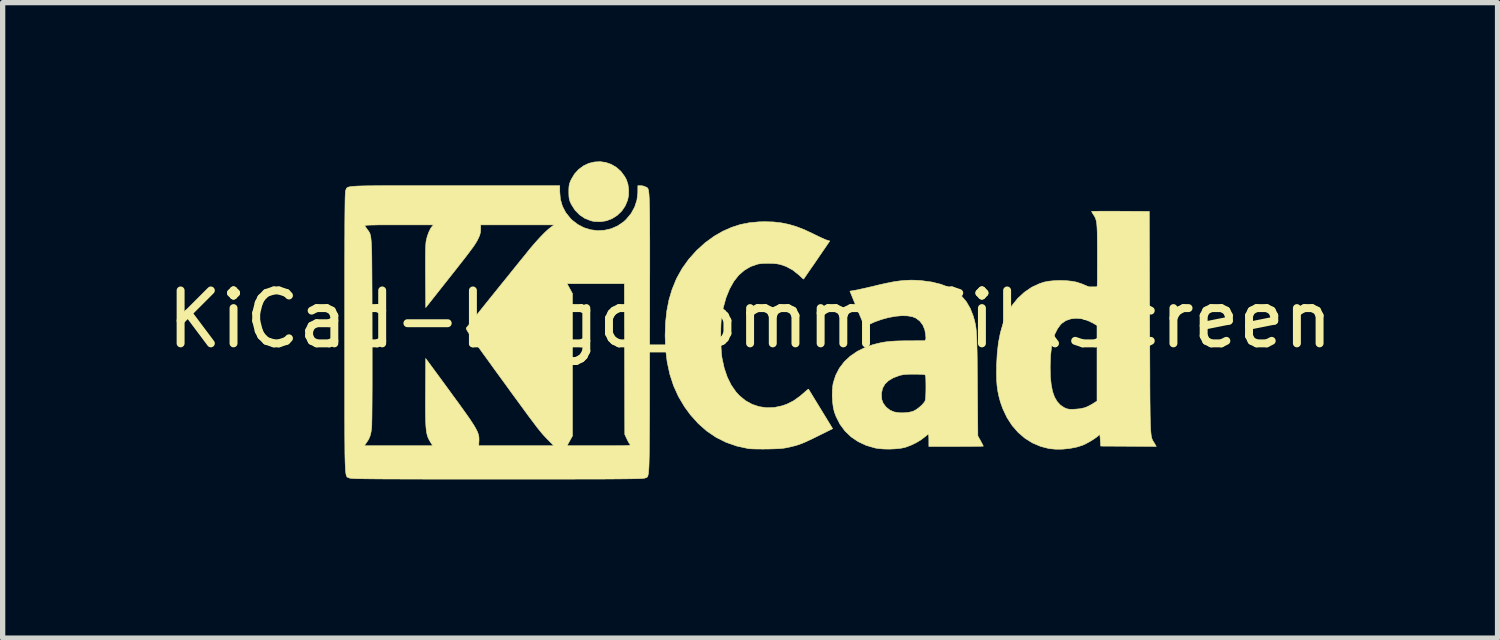
<source format=kicad_pcb>
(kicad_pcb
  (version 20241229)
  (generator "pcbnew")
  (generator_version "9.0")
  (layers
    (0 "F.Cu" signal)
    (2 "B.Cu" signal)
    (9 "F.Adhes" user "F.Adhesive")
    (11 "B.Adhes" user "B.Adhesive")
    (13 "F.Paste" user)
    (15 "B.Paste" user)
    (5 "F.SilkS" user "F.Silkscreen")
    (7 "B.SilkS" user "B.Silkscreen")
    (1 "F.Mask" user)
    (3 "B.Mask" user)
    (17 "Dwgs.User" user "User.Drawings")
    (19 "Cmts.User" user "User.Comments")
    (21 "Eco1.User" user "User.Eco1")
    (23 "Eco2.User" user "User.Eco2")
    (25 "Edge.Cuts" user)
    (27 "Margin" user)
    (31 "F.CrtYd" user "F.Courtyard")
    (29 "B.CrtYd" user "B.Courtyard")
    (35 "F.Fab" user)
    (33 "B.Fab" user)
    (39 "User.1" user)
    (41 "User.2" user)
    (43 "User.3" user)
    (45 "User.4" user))
  (footprint "KiCad-Logo_6mm_SilkScreen"
    (layer "F.Cu")
    (at 11.125 2.984)
    (property "Reference" "KiCad-Logo_6mm_SilkScreen" (at 0 0 0) (layer "F.SilkS") (effects (font (size 1 1) (thickness 0.15))))
    (attr exclude_from_pos_files exclude_from_bom)
    (fp_poly (pts (xy -2.726 -2.964) (xy -2.623 -2.928) (xy -2.527 -2.871) (xy -2.441 -2.795) (xy -2.369 -2.697) (xy -2.336 -2.636) (xy -2.308 -2.55) (xy -2.295 -2.451) (xy -2.296 -2.35) (xy -2.313 -2.257) (xy -2.359 -2.145) (xy -2.425 -2.047) (xy -2.509 -1.966) (xy -2.606 -1.904) (xy -2.714 -1.862) (xy -2.829 -1.844) (xy -2.948 -1.849) (xy -3.007 -1.862) (xy -3.121 -1.906) (xy -3.222 -1.974) (xy -3.309 -2.063) (xy -3.377 -2.171) (xy -3.383 -2.183) (xy -3.403 -2.227) (xy -3.415 -2.265) (xy -3.422 -2.304) (xy -3.425 -2.355) (xy -3.426 -2.41) (xy -3.425 -2.476) (xy -3.421 -2.523) (xy -3.413 -2.562) (xy -3.399 -2.6) (xy -3.382 -2.639) (xy -3.318 -2.747) (xy -3.238 -2.834) (xy -3.147 -2.901) (xy -3.047 -2.948) (xy -2.941 -2.973) (xy -2.833 -2.979) (xy -2.726 -2.964)) (stroke (width 0.01) (type solid)) (fill yes) (layer "F.SilkS"))
    (fp_poly (pts (xy 0.44 -1.84) (xy 0.588 -1.823) (xy 0.731 -1.794) (xy 0.876 -1.751) (xy 1.028 -1.692) (xy 1.192 -1.615) (xy 1.222 -1.6) (xy 1.29 -1.567) (xy 1.354 -1.537) (xy 1.408 -1.513) (xy 1.446 -1.498) (xy 1.451 -1.496) (xy 1.506 -1.48) (xy 1.26 -1.121) (xy 1.2 -1.033) (xy 1.144 -0.953) (xy 1.096 -0.883) (xy 1.057 -0.826) (xy 1.029 -0.785) (xy 1.013 -0.763) (xy 1.011 -0.759) (xy 1 -0.767) (xy 0.975 -0.789) (xy 0.939 -0.823) (xy 0.919 -0.841) (xy 0.806 -0.931) (xy 0.679 -0.999) (xy 0.57 -1.037) (xy 0.504 -1.049) (xy 0.422 -1.056) (xy 0.333 -1.058) (xy 0.247 -1.056) (xy 0.173 -1.048) (xy 0.144 -1.043) (xy 0.011 -0.997) (xy -0.108 -0.927) (xy -0.215 -0.834) (xy -0.308 -0.716) (xy -0.387 -0.575) (xy -0.454 -0.411) (xy -0.506 -0.223) (xy -0.537 -0.062) (xy -0.546 0.009) (xy -0.551 0.101) (xy -0.554 0.207) (xy -0.555 0.32) (xy -0.553 0.435) (xy -0.548 0.544) (xy -0.542 0.64) (xy -0.533 0.718) (xy -0.531 0.73) (xy -0.489 0.923) (xy -0.431 1.094) (xy -0.357 1.243) (xy -0.267 1.372) (xy -0.203 1.442) (xy -0.089 1.536) (xy 0.037 1.606) (xy 0.172 1.651) (xy 0.313 1.671) (xy 0.459 1.666) (xy 0.608 1.634) (xy 0.696 1.603) (xy 0.818 1.542) (xy 0.943 1.453) (xy 1.013 1.393) (xy 1.053 1.358) (xy 1.084 1.332) (xy 1.101 1.32) (xy 1.104 1.32) (xy 1.112 1.332) (xy 1.132 1.366) (xy 1.163 1.416) (xy 1.203 1.482) (xy 1.251 1.56) (xy 1.304 1.647) (xy 1.334 1.696) (xy 1.56 2.067) (xy 1.278 2.207) (xy 1.176 2.257) (xy 1.093 2.296) (xy 1.025 2.327) (xy 0.966 2.351) (xy 0.911 2.371) (xy 0.855 2.388) (xy 0.794 2.403) (xy 0.735 2.417) (xy 0.682 2.428) (xy 0.627 2.437) (xy 0.565 2.443) (xy 0.488 2.447) (xy 0.394 2.45) (xy 0.33 2.451) (xy 0.238 2.452) (xy 0.151 2.451) (xy 0.073 2.45) (xy 0.01 2.447) (xy -0.032 2.444) (xy -0.034 2.443) (xy -0.25 2.396) (xy -0.452 2.326) (xy -0.642 2.231) (xy -0.818 2.112) (xy -0.98 1.969) (xy -1.129 1.803) (xy -1.238 1.654) (xy -1.353 1.461) (xy -1.446 1.256) (xy -1.517 1.038) (xy -1.567 0.807) (xy -1.597 0.56) (xy -1.606 0.309) (xy -1.598 0.066) (xy -1.574 -0.158) (xy -1.533 -0.368) (xy -1.474 -0.565) (xy -1.396 -0.756) (xy -1.387 -0.776) (xy -1.284 -0.96) (xy -1.159 -1.135) (xy -1.013 -1.298) (xy -0.851 -1.445) (xy -0.676 -1.572) (xy -0.514 -1.665) (xy -0.349 -1.738) (xy -0.185 -1.791) (xy -0.013 -1.825) (xy 0.171 -1.842) (xy 0.281 -1.844) (xy 0.44 -1.84)) (stroke (width 0.01) (type solid)) (fill yes) (layer "F.SilkS"))
    (fp_poly (pts (xy 6.842 -2.043) (xy 6.959 -2.043) (xy 6.999 -2.042) (xy 7.544 -2.039) (xy 7.551 0.055) (xy 7.552 0.339) (xy 7.553 0.597) (xy 7.554 0.83) (xy 7.555 1.039) (xy 7.555 1.227) (xy 7.556 1.393) (xy 7.557 1.54) (xy 7.559 1.669) (xy 7.56 1.782) (xy 7.562 1.879) (xy 7.564 1.961) (xy 7.567 2.031) (xy 7.57 2.09) (xy 7.574 2.138) (xy 7.578 2.177) (xy 7.582 2.209) (xy 7.588 2.235) (xy 7.594 2.257) (xy 7.601 2.274) (xy 7.609 2.29) (xy 7.618 2.305) (xy 7.627 2.32) (xy 7.638 2.337) (xy 7.64 2.341) (xy 7.676 2.403) (xy 7.15 2.399) (xy 6.625 2.396) (xy 6.618 2.28) (xy 6.614 2.225) (xy 6.61 2.193) (xy 6.605 2.18) (xy 6.597 2.183) (xy 6.59 2.19) (xy 6.561 2.217) (xy 6.514 2.251) (xy 6.456 2.289) (xy 6.392 2.326) (xy 6.33 2.359) (xy 6.283 2.38) (xy 6.171 2.415) (xy 6.044 2.44) (xy 5.909 2.454) (xy 5.777 2.455) (xy 5.656 2.444) (xy 5.654 2.444) (xy 5.49 2.402) (xy 5.335 2.336) (xy 5.193 2.247) (xy 5.065 2.137) (xy 4.951 2.006) (xy 4.854 1.856) (xy 4.775 1.689) (xy 4.731 1.565) (xy 4.703 1.462) (xy 4.682 1.361) (xy 4.667 1.258) (xy 4.659 1.146) (xy 4.656 1.019) (xy 4.658 0.915) (xy 5.671 0.915) (xy 5.675 1.089) (xy 5.691 1.239) (xy 5.716 1.366) (xy 5.754 1.471) (xy 5.803 1.555) (xy 5.864 1.621) (xy 5.934 1.668) (xy 5.971 1.685) (xy 6.003 1.695) (xy 6.038 1.7) (xy 6.086 1.701) (xy 6.137 1.699) (xy 6.238 1.69) (xy 6.318 1.672) (xy 6.343 1.664) (xy 6.4 1.638) (xy 6.461 1.605) (xy 6.487 1.589) (xy 6.556 1.544) (xy 6.556 0.117) (xy 6.48 0.072) (xy 6.375 0.021) (xy 6.268 -0.01) (xy 6.162 -0.019) (xy 6.061 -0.008) (xy 5.97 0.023) (xy 5.893 0.075) (xy 5.868 0.099) (xy 5.808 0.181) (xy 5.759 0.279) (xy 5.721 0.396) (xy 5.695 0.533) (xy 5.678 0.692) (xy 5.671 0.876) (xy 5.671 0.915) (xy 4.658 0.915) (xy 4.658 0.872) (xy 4.67 0.646) (xy 4.693 0.442) (xy 4.729 0.258) (xy 4.777 0.089) (xy 4.839 -0.066) (xy 4.861 -0.112) (xy 4.95 -0.262) (xy 5.058 -0.396) (xy 5.182 -0.51) (xy 5.319 -0.604) (xy 5.468 -0.674) (xy 5.557 -0.703) (xy 5.644 -0.72) (xy 5.749 -0.73) (xy 5.863 -0.734) (xy 5.977 -0.73) (xy 6.083 -0.719) (xy 6.167 -0.703) (xy 6.268 -0.67) (xy 6.366 -0.628) (xy 6.451 -0.58) (xy 6.497 -0.548) (xy 6.528 -0.525) (xy 6.55 -0.51) (xy 6.555 -0.508) (xy 6.557 -0.521) (xy 6.558 -0.559) (xy 6.559 -0.619) (xy 6.561 -0.699) (xy 6.562 -0.795) (xy 6.562 -0.906) (xy 6.563 -1.027) (xy 6.563 -1.151) (xy 6.563 -1.31) (xy 6.562 -1.444) (xy 6.561 -1.555) (xy 6.56 -1.647) (xy 6.557 -1.721) (xy 6.553 -1.781) (xy 6.548 -1.829) (xy 6.54 -1.867) (xy 6.531 -1.898) (xy 6.52 -1.925) (xy 6.507 -1.949) (xy 6.49 -1.975) (xy 6.488 -1.978) (xy 6.467 -2.011) (xy 6.455 -2.034) (xy 6.453 -2.039) (xy 6.466 -2.04) (xy 6.504 -2.041) (xy 6.563 -2.042) (xy 6.642 -2.043) (xy 6.735 -2.043) (xy 6.842 -2.043)) (stroke (width 0.01) (type solid)) (fill yes) (layer "F.SilkS"))
    (fp_poly (pts (xy 3.168 -0.736) (xy 3.236 -0.731) (xy 3.43 -0.705) (xy 3.603 -0.663) (xy 3.753 -0.606) (xy 3.884 -0.532) (xy 3.994 -0.441) (xy 4.086 -0.333) (xy 4.16 -0.206) (xy 4.214 -0.069) (xy 4.227 -0.025) (xy 4.239 0.016) (xy 4.249 0.057) (xy 4.258 0.099) (xy 4.266 0.145) (xy 4.272 0.196) (xy 4.277 0.257) (xy 4.281 0.327) (xy 4.285 0.411) (xy 4.287 0.509) (xy 4.29 0.624) (xy 4.292 0.759) (xy 4.293 0.915) (xy 4.295 1.095) (xy 4.296 1.236) (xy 4.304 2.204) (xy 4.356 2.297) (xy 4.38 2.342) (xy 4.398 2.377) (xy 4.407 2.395) (xy 4.407 2.396) (xy 4.394 2.398) (xy 4.356 2.399) (xy 4.297 2.4) (xy 4.22 2.401) (xy 4.127 2.402) (xy 4.021 2.402) (xy 3.906 2.403) (xy 3.892 2.403) (xy 3.378 2.403) (xy 3.378 2.286) (xy 3.377 2.233) (xy 3.374 2.193) (xy 3.371 2.171) (xy 3.369 2.169) (xy 3.356 2.178) (xy 3.328 2.2) (xy 3.291 2.231) (xy 3.29 2.231) (xy 3.224 2.281) (xy 3.14 2.331) (xy 3.048 2.376) (xy 2.957 2.411) (xy 2.918 2.423) (xy 2.838 2.439) (xy 2.741 2.448) (xy 2.635 2.453) (xy 2.528 2.451) (xy 2.43 2.443) (xy 2.362 2.432) (xy 2.194 2.383) (xy 2.042 2.312) (xy 1.909 2.222) (xy 1.794 2.112) (xy 1.699 1.984) (xy 1.625 1.839) (xy 1.592 1.751) (xy 1.572 1.665) (xy 1.559 1.562) (xy 1.553 1.451) (xy 1.553 1.435) (xy 2.482 1.435) (xy 2.489 1.517) (xy 2.515 1.586) (xy 2.562 1.649) (xy 2.581 1.668) (xy 2.645 1.718) (xy 2.72 1.75) (xy 2.81 1.766) (xy 2.904 1.767) (xy 2.994 1.759) (xy 3.062 1.744) (xy 3.092 1.733) (xy 3.145 1.703) (xy 3.202 1.66) (xy 3.254 1.612) (xy 3.293 1.566) (xy 3.303 1.549) (xy 3.311 1.526) (xy 3.317 1.488) (xy 3.32 1.433) (xy 3.322 1.357) (xy 3.323 1.284) (xy 3.322 1.199) (xy 3.321 1.138) (xy 3.319 1.096) (xy 3.315 1.07) (xy 3.309 1.055) (xy 3.301 1.048) (xy 3.299 1.046) (xy 3.276 1.043) (xy 3.233 1.04) (xy 3.173 1.038) (xy 3.104 1.037) (xy 3.089 1.037) (xy 2.997 1.038) (xy 2.925 1.043) (xy 2.869 1.051) (xy 2.822 1.062) (xy 2.706 1.106) (xy 2.615 1.16) (xy 2.548 1.225) (xy 2.504 1.302) (xy 2.484 1.391) (xy 2.482 1.435) (xy 1.553 1.435) (xy 1.554 1.342) (xy 1.564 1.245) (xy 1.571 1.205) (xy 1.617 1.059) (xy 1.687 0.924) (xy 1.78 0.802) (xy 1.895 0.695) (xy 2.03 0.603) (xy 2.183 0.528) (xy 2.313 0.482) (xy 2.401 0.459) (xy 2.484 0.44) (xy 2.569 0.426) (xy 2.661 0.416) (xy 2.765 0.41) (xy 2.888 0.407) (xy 2.998 0.406) (xy 3.326 0.405) (xy 3.319 0.307) (xy 3.302 0.2) (xy 3.264 0.108) (xy 3.207 0.033) (xy 3.134 -0.022) (xy 3.07 -0.048) (xy 2.977 -0.065) (xy 2.867 -0.068) (xy 2.745 -0.057) (xy 2.615 -0.033) (xy 2.483 0.003) (xy 2.354 0.049) (xy 2.261 0.092) (xy 2.216 0.114) (xy 2.181 0.129) (xy 2.164 0.135) (xy 2.163 0.135) (xy 2.157 0.121) (xy 2.142 0.086) (xy 2.119 0.032) (xy 2.09 -0.037) (xy 2.056 -0.118) (xy 2.022 -0.201) (xy 1.886 -0.532) (xy 1.983 -0.548) (xy 2.025 -0.556) (xy 2.088 -0.57) (xy 2.167 -0.587) (xy 2.257 -0.608) (xy 2.351 -0.63) (xy 2.389 -0.64) (xy 2.552 -0.677) (xy 2.694 -0.706) (xy 2.822 -0.725) (xy 2.939 -0.736) (xy 3.053 -0.74) (xy 3.168 -0.736)) (stroke (width 0.01) (type solid)) (fill yes) (layer "F.SilkS"))
    (fp_poly (pts (xy -5.956 -2.526) (xy -5.691 -2.526) (xy -5.568 -2.526) (xy -3.597 -2.526) (xy -3.597 -2.41) (xy -3.585 -2.269) (xy -3.547 -2.138) (xy -3.485 -2.018) (xy -3.396 -1.907) (xy -3.366 -1.877) (xy -3.258 -1.793) (xy -3.14 -1.731) (xy -3.013 -1.692) (xy -2.883 -1.676) (xy -2.752 -1.683) (xy -2.625 -1.712) (xy -2.504 -1.765) (xy -2.393 -1.84) (xy -2.343 -1.886) (xy -2.25 -1.997) (xy -2.182 -2.12) (xy -2.139 -2.252) (xy -2.122 -2.392) (xy -2.122 -2.406) (xy -2.121 -2.526) (xy -2.068 -2.526) (xy -2.022 -2.52) (xy -1.979 -2.504) (xy -1.976 -2.503) (xy -1.966 -2.498) (xy -1.957 -2.494) (xy -1.949 -2.49) (xy -1.942 -2.485) (xy -1.935 -2.477) (xy -1.929 -2.467) (xy -1.924 -2.451) (xy -1.919 -2.43) (xy -1.915 -2.402) (xy -1.911 -2.366) (xy -1.908 -2.321) (xy -1.905 -2.266) (xy -1.903 -2.199) (xy -1.901 -2.12) (xy -1.899 -2.027) (xy -1.898 -1.919) (xy -1.897 -1.795) (xy -1.897 -1.654) (xy -1.896 -1.495) (xy -1.896 -1.317) (xy -1.896 -1.118) (xy -1.896 -0.897) (xy -1.897 -0.654) (xy -1.897 -0.386) (xy -1.897 -0.094) (xy -1.898 0.224) (xy -1.898 0.263) (xy -1.898 0.584) (xy -1.899 0.878) (xy -1.899 1.147) (xy -1.899 1.392) (xy -1.9 1.614) (xy -1.9 1.814) (xy -1.901 1.994) (xy -1.902 2.154) (xy -1.903 2.296) (xy -1.904 2.421) (xy -1.905 2.529) (xy -1.907 2.623) (xy -1.909 2.702) (xy -1.911 2.769) (xy -1.914 2.825) (xy -1.918 2.87) (xy -1.921 2.906) (xy -1.926 2.934) (xy -1.931 2.954) (xy -1.936 2.969) (xy -1.942 2.979) (xy -1.949 2.986) (xy -1.956 2.99) (xy -1.965 2.993) (xy -1.974 2.995) (xy -1.983 2.999) (xy -1.986 3) (xy -1.993 3.002) (xy -2.006 3.005) (xy -2.025 3.007) (xy -2.051 3.009) (xy -2.085 3.01) (xy -2.129 3.012) (xy -2.184 3.013) (xy -2.25 3.014) (xy -2.329 3.015) (xy -2.422 3.016) (xy -2.53 3.017) (xy -2.654 3.018) (xy -2.795 3.019) (xy -2.955 3.019) (xy -3.134 3.019) (xy -3.333 3.02) (xy -3.554 3.02) (xy -3.798 3.02) (xy -4.066 3.02) (xy -4.358 3.02) (xy -4.677 3.02) (xy -4.78 3.02) (xy -5.106 3.02) (xy -5.405 3.02) (xy -5.679 3.02) (xy -5.929 3.02) (xy -6.156 3.02) (xy -6.361 3.019) (xy -6.545 3.019) (xy -6.71 3.018) (xy -6.856 3.018) (xy -6.984 3.017) (xy -7.097 3.016) (xy -7.194 3.015) (xy -7.277 3.014) (xy -7.347 3.013) (xy -7.405 3.012) (xy -7.453 3.011) (xy -7.491 3.009) (xy -7.52 3.007) (xy -7.542 3.005) (xy -7.558 3.003) (xy -7.569 3.001) (xy -7.574 2.998) (xy -7.585 2.994) (xy -7.594 2.991) (xy -7.603 2.988) (xy -7.611 2.983) (xy -7.618 2.977) (xy -7.624 2.967) (xy -7.63 2.952) (xy -7.635 2.932) (xy -7.64 2.905) (xy -7.644 2.87) (xy -7.647 2.826) (xy -7.65 2.772) (xy -7.653 2.706) (xy -7.655 2.628) (xy -7.657 2.536) (xy -7.658 2.43) (xy -7.658 2.389) (xy -7.292 2.389) (xy -5.997 2.389) (xy -6.022 2.351) (xy -6.046 2.312) (xy -6.067 2.275) (xy -6.085 2.238) (xy -6.099 2.197) (xy -6.111 2.15) (xy -6.119 2.094) (xy -6.126 2.028) (xy -6.13 1.948) (xy -6.133 1.852) (xy -6.135 1.736) (xy -6.135 1.6) (xy -6.134 1.439) (xy -6.134 1.379) (xy -6.13 0.74) (xy -5.725 1.291) (xy -5.611 1.448) (xy -5.511 1.584) (xy -5.426 1.702) (xy -5.354 1.803) (xy -5.294 1.889) (xy -5.245 1.963) (xy -5.206 2.025) (xy -5.177 2.078) (xy -5.154 2.123) (xy -5.139 2.163) (xy -5.129 2.198) (xy -5.124 2.231) (xy -5.123 2.264) (xy -5.123 2.299) (xy -5.124 2.303) (xy -5.128 2.389) (xy -3.709 2.389) (xy -3.814 2.283) (xy -3.843 2.253) (xy -3.87 2.225) (xy -3.897 2.196) (xy -3.925 2.165) (xy -3.955 2.129) (xy -3.988 2.088) (xy -4.026 2.041) (xy -4.069 1.984) (xy -4.119 1.917) (xy -4.178 1.839) (xy -4.245 1.748) (xy -4.323 1.641) (xy -4.413 1.518) (xy -4.516 1.378) (xy -4.632 1.217) (xy -4.728 1.086) (xy -4.848 0.921) (xy -4.952 0.776) (xy -5.043 0.651) (xy -5.12 0.544) (xy -5.184 0.454) (xy -5.237 0.379) (xy -5.279 0.317) (xy -5.312 0.269) (xy -5.336 0.231) (xy -5.352 0.203) (xy -5.362 0.184) (xy -5.365 0.172) (xy -5.364 0.165) (xy -5.351 0.148) (xy -5.322 0.112) (xy -5.279 0.058) (xy -5.225 -0.01) (xy -5.16 -0.091) (xy -5.086 -0.183) (xy -5.006 -0.283) (xy -4.921 -0.389) (xy -4.832 -0.499) (xy -4.742 -0.611) (xy -4.692 -0.673) (xy -3.459 -0.673) (xy -3.408 -0.58) (xy -3.357 -0.487) (xy -3.357 2.204) (xy -3.408 2.296) (xy -3.459 2.389) (xy -2.853 2.389) (xy -2.709 2.389) (xy -2.589 2.389) (xy -2.493 2.388) (xy -2.417 2.388) (xy -2.359 2.386) (xy -2.317 2.385) (xy -2.289 2.382) (xy -2.273 2.379) (xy -2.266 2.375) (xy -2.265 2.37) (xy -2.269 2.365) (xy -2.27 2.365) (xy -2.287 2.34) (xy -2.31 2.299) (xy -2.33 2.258) (xy -2.368 2.176) (xy -2.376 -0.673) (xy -3.459 -0.673) (xy -4.692 -0.673) (xy -4.651 -0.723) (xy -4.563 -0.832) (xy -4.479 -0.937) (xy -4.4 -1.035) (xy -4.328 -1.124) (xy -4.264 -1.202) (xy -4.212 -1.267) (xy -4.172 -1.317) (xy -4.148 -1.346) (xy -4.056 -1.453) (xy -3.968 -1.55) (xy -3.886 -1.634) (xy -3.814 -1.701) (xy -3.763 -1.741) (xy -3.703 -1.785) (xy -5.092 -1.785) (xy -5.092 -1.703) (xy -5.096 -1.643) (xy -5.11 -1.588) (xy -5.133 -1.535) (xy -5.148 -1.505) (xy -5.163 -1.476) (xy -5.182 -1.445) (xy -5.204 -1.41) (xy -5.232 -1.369) (xy -5.267 -1.322) (xy -5.31 -1.264) (xy -5.362 -1.195) (xy -5.426 -1.113) (xy -5.503 -1.015) (xy -5.593 -0.9) (xy -5.7 -0.765) (xy -5.712 -0.75) (xy -6.13 -0.221) (xy -6.134 -0.807) (xy -6.135 -0.983) (xy -6.135 -1.131) (xy -6.134 -1.254) (xy -6.132 -1.35) (xy -6.128 -1.421) (xy -6.124 -1.467) (xy -6.123 -1.475) (xy -6.101 -1.567) (xy -6.071 -1.649) (xy -6.038 -1.716) (xy -6.018 -1.744) (xy -5.984 -1.785) (xy -6.638 -1.785) (xy -6.794 -1.785) (xy -6.924 -1.784) (xy -7.031 -1.784) (xy -7.116 -1.782) (xy -7.182 -1.781) (xy -7.229 -1.779) (xy -7.26 -1.776) (xy -7.277 -1.773) (xy -7.282 -1.769) (xy -7.282 -1.768) (xy -7.268 -1.747) (xy -7.245 -1.714) (xy -7.233 -1.697) (xy -7.22 -1.68) (xy -7.209 -1.665) (xy -7.199 -1.65) (xy -7.19 -1.635) (xy -7.183 -1.616) (xy -7.176 -1.593) (xy -7.17 -1.565) (xy -7.165 -1.53) (xy -7.161 -1.486) (xy -7.157 -1.432) (xy -7.154 -1.367) (xy -7.151 -1.288) (xy -7.149 -1.196) (xy -7.148 -1.087) (xy -7.147 -0.961) (xy -7.146 -0.816) (xy -7.145 -0.651) (xy -7.144 -0.464) (xy -7.144 -0.253) (xy -7.143 -0.018) (xy -7.143 0.198) (xy -7.142 0.439) (xy -7.142 0.668) (xy -7.142 0.885) (xy -7.142 1.089) (xy -7.142 1.276) (xy -7.143 1.447) (xy -7.144 1.6) (xy -7.145 1.732) (xy -7.146 1.844) (xy -7.148 1.932) (xy -7.149 1.996) (xy -7.151 2.035) (xy -7.151 2.039) (xy -7.163 2.132) (xy -7.182 2.207) (xy -7.211 2.273) (xy -7.253 2.337) (xy -7.258 2.344) (xy -7.292 2.389) (xy -7.658 2.389) (xy -7.659 2.307) (xy -7.66 2.168) (xy -7.66 2.011) (xy -7.661 1.834) (xy -7.661 1.636) (xy -7.661 1.418) (xy -7.661 1.176) (xy -7.661 0.911) (xy -7.661 0.62) (xy -7.661 0.304) (xy -7.661 0.241) (xy -7.661 -0.079) (xy -7.661 -0.372) (xy -7.661 -0.641) (xy -7.661 -0.885) (xy -7.661 -1.106) (xy -7.66 -1.305) (xy -7.66 -1.484) (xy -7.659 -1.643) (xy -7.659 -1.784) (xy -7.658 -1.907) (xy -7.657 -2.015) (xy -7.656 -2.107) (xy -7.655 -2.185) (xy -7.654 -2.25) (xy -7.653 -2.304) (xy -7.651 -2.347) (xy -7.649 -2.381) (xy -7.647 -2.406) (xy -7.645 -2.425) (xy -7.643 -2.437) (xy -7.64 -2.444) (xy -7.64 -2.444) (xy -7.635 -2.455) (xy -7.631 -2.466) (xy -7.626 -2.475) (xy -7.62 -2.483) (xy -7.61 -2.49) (xy -7.596 -2.496) (xy -7.576 -2.502) (xy -7.549 -2.507) (xy -7.514 -2.511) (xy -7.469 -2.515) (xy -7.413 -2.518) (xy -7.345 -2.52) (xy -7.263 -2.522) (xy -7.166 -2.523) (xy -7.052 -2.524) (xy -6.921 -2.525) (xy -6.771 -2.526) (xy -6.601 -2.526) (xy -6.409 -2.526) (xy -6.195 -2.526) (xy -5.956 -2.526)) (stroke (width 0.01) (type solid)) (fill yes) (layer "F.SilkS")))
  (gr_rect
    (start -3 -3)
    (end 25.25 9.009)
    (stroke (width 0.1) (type default))
    (fill no)
    (layer "Edge.Cuts")))
</source>
